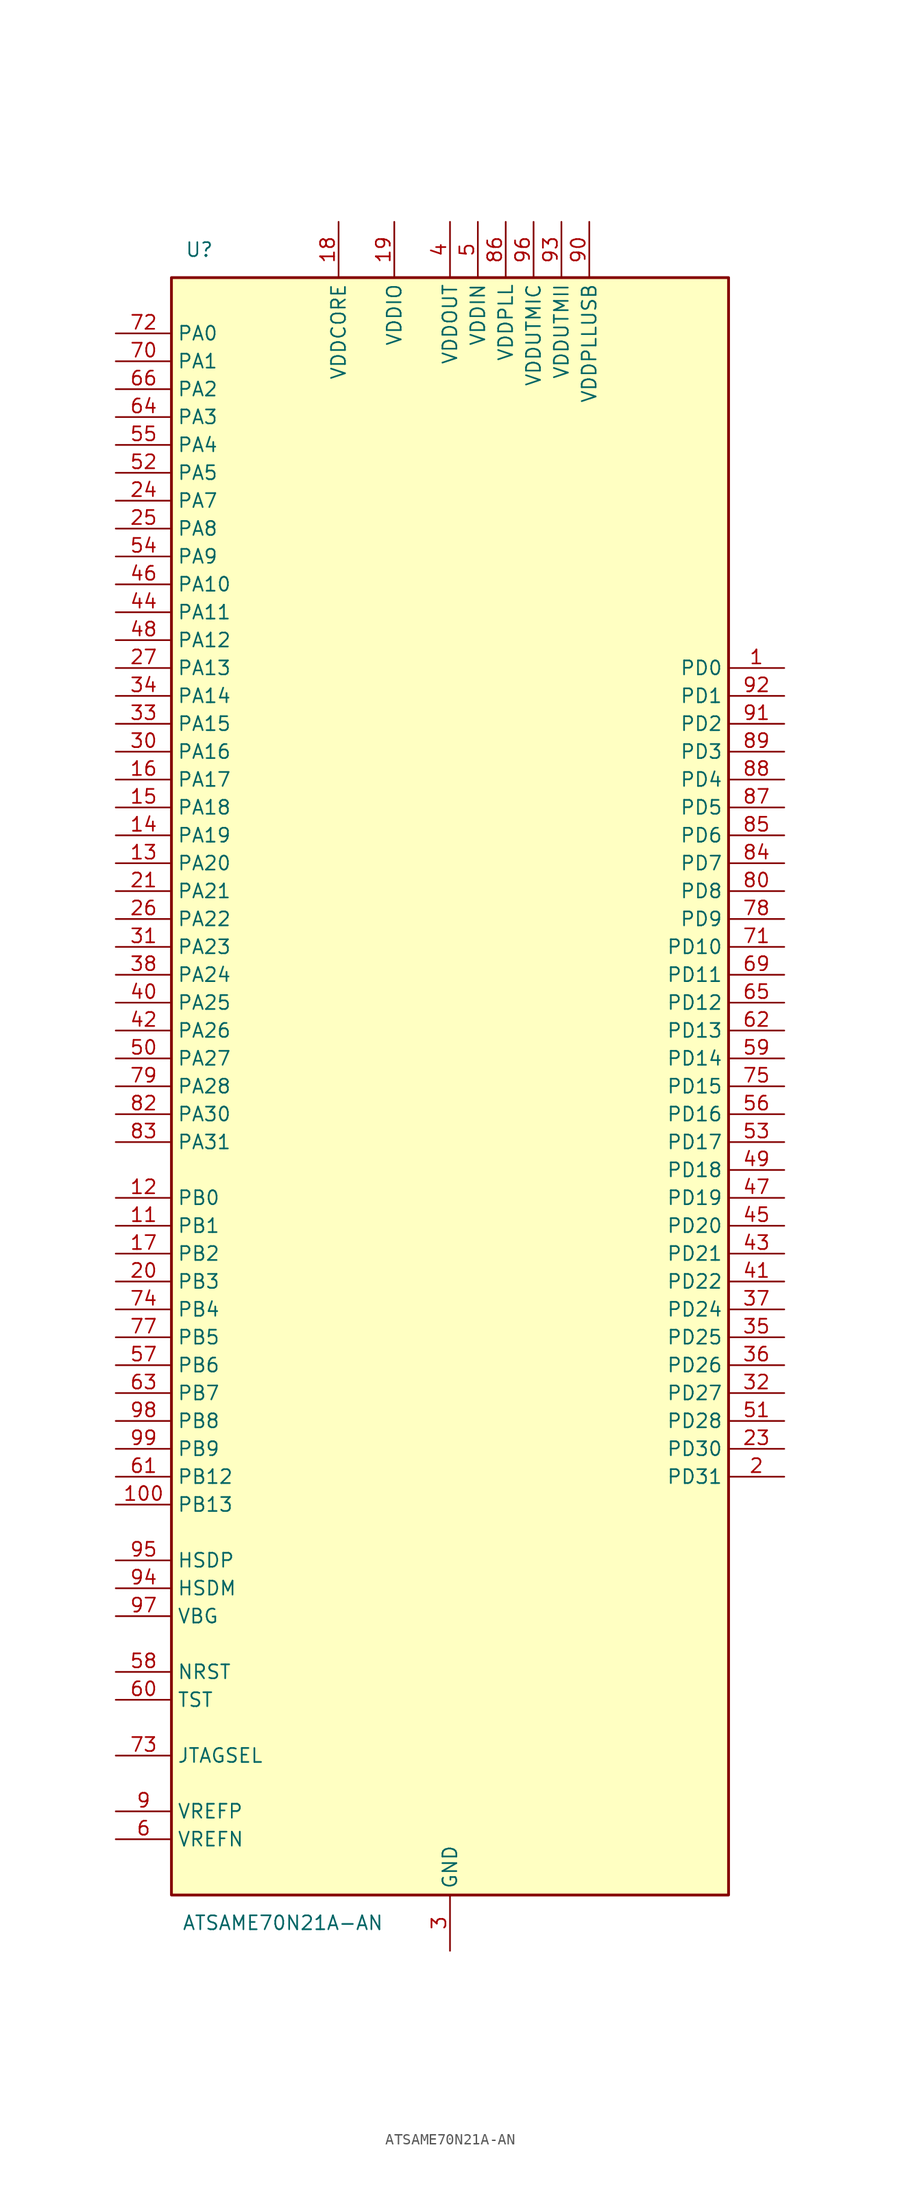
<source format=kicad_sym>
(kicad_symbol_lib
  (version 20201005)
  (generator kicad_symbol_editor)
  (symbol "MCU_Microchip_SAME:ATSAME70N21A-AN"
    (property "Reference" "U"
      (at -22.86 76.2 0)
      (effects (font (size 1.27 1.27))))
    (property "Value" "ATSAME70N21A-AN"
      (at -15.24 -76.2 0)
      (effects (font (size 1.27 1.27))))
    (symbol "ATSAME70N21A-AN_0_1"
      (rectangle (start 25.4 73.66) (end -25.4 -73.66) (stroke (width 0.254)) (fill (type background))))
    (symbol "ATSAME70N21A-AN_1_1"
      (pin bidirectional line (at 30.48 38.1 180) (length 5.08) (name "PD0" (effects (font (size 1.27 1.27)))) (number "1" (effects (font (size 1.27 1.27)))))
      (pin passive line (at 0 -78.74 90) (length 5.08) hide (name "GND" (effects (font (size 1.27 1.27)))) (number "10" (effects (font (size 1.27 1.27)))))
      (pin bidirectional line (at -30.48 -38.1 0) (length 5.08) (name "PB13" (effects (font (size 1.27 1.27)))) (number "100" (effects (font (size 1.27 1.27)))))
      (pin bidirectional line (at -30.48 -12.7 0) (length 5.08) (name "PB1" (effects (font (size 1.27 1.27)))) (number "11" (effects (font (size 1.27 1.27)))))
      (pin bidirectional line (at -30.48 -10.16 0) (length 5.08) (name "PB0" (effects (font (size 1.27 1.27)))) (number "12" (effects (font (size 1.27 1.27)))))
      (pin bidirectional line (at -30.48 20.32 0) (length 5.08) (name "PA20" (effects (font (size 1.27 1.27)))) (number "13" (effects (font (size 1.27 1.27)))))
      (pin bidirectional line (at -30.48 22.86 0) (length 5.08) (name "PA19" (effects (font (size 1.27 1.27)))) (number "14" (effects (font (size 1.27 1.27)))))
      (pin bidirectional line (at -30.48 25.4 0) (length 5.08) (name "PA18" (effects (font (size 1.27 1.27)))) (number "15" (effects (font (size 1.27 1.27)))))
      (pin bidirectional line (at -30.48 27.94 0) (length 5.08) (name "PA17" (effects (font (size 1.27 1.27)))) (number "16" (effects (font (size 1.27 1.27)))))
      (pin bidirectional line (at -30.48 -15.24 0) (length 5.08) (name "PB2" (effects (font (size 1.27 1.27)))) (number "17" (effects (font (size 1.27 1.27)))))
      (pin power_in line (at -10.16 78.74 270) (length 5.08) (name "VDDCORE" (effects (font (size 1.27 1.27)))) (number "18" (effects (font (size 1.27 1.27)))))
      (pin power_in line (at -5.08 78.74 270) (length 5.08) (name "VDDIO" (effects (font (size 1.27 1.27)))) (number "19" (effects (font (size 1.27 1.27)))))
      (pin bidirectional line (at 30.48 -35.56 180) (length 5.08) (name "PD31" (effects (font (size 1.27 1.27)))) (number "2" (effects (font (size 1.27 1.27)))))
      (pin bidirectional line (at -30.48 -17.78 0) (length 5.08) (name "PB3" (effects (font (size 1.27 1.27)))) (number "20" (effects (font (size 1.27 1.27)))))
      (pin bidirectional line (at -30.48 17.78 0) (length 5.08) (name "PA21" (effects (font (size 1.27 1.27)))) (number "21" (effects (font (size 1.27 1.27)))))
      (pin passive line (at -10.16 78.74 270) (length 5.08) hide (name "VDDCORE" (effects (font (size 1.27 1.27)))) (number "22" (effects (font (size 1.27 1.27)))))
      (pin bidirectional line (at 30.48 -33.02 180) (length 5.08) (name "PD30" (effects (font (size 1.27 1.27)))) (number "23" (effects (font (size 1.27 1.27)))))
      (pin bidirectional line (at -30.48 53.34 0) (length 5.08) (name "PA7" (effects (font (size 1.27 1.27)))) (number "24" (effects (font (size 1.27 1.27)))))
      (pin bidirectional line (at -30.48 50.8 0) (length 5.08) (name "PA8" (effects (font (size 1.27 1.27)))) (number "25" (effects (font (size 1.27 1.27)))))
      (pin bidirectional line (at -30.48 15.24 0) (length 5.08) (name "PA22" (effects (font (size 1.27 1.27)))) (number "26" (effects (font (size 1.27 1.27)))))
      (pin bidirectional line (at -30.48 38.1 0) (length 5.08) (name "PA13" (effects (font (size 1.27 1.27)))) (number "27" (effects (font (size 1.27 1.27)))))
      (pin passive line (at -5.08 78.74 270) (length 5.08) hide (name "VDDIO" (effects (font (size 1.27 1.27)))) (number "28" (effects (font (size 1.27 1.27)))))
      (pin passive line (at 0 -78.74 90) (length 5.08) hide (name "GND" (effects (font (size 1.27 1.27)))) (number "29" (effects (font (size 1.27 1.27)))))
      (pin power_in line (at 0 -78.74 90) (length 5.08) (name "GND" (effects (font (size 1.27 1.27)))) (number "3" (effects (font (size 1.27 1.27)))))
      (pin bidirectional line (at -30.48 30.48 0) (length 5.08) (name "PA16" (effects (font (size 1.27 1.27)))) (number "30" (effects (font (size 1.27 1.27)))))
      (pin bidirectional line (at -30.48 12.7 0) (length 5.08) (name "PA23" (effects (font (size 1.27 1.27)))) (number "31" (effects (font (size 1.27 1.27)))))
      (pin bidirectional line (at 30.48 -27.94 180) (length 5.08) (name "PD27" (effects (font (size 1.27 1.27)))) (number "32" (effects (font (size 1.27 1.27)))))
      (pin bidirectional line (at -30.48 33.02 0) (length 5.08) (name "PA15" (effects (font (size 1.27 1.27)))) (number "33" (effects (font (size 1.27 1.27)))))
      (pin bidirectional line (at -30.48 35.56 0) (length 5.08) (name "PA14" (effects (font (size 1.27 1.27)))) (number "34" (effects (font (size 1.27 1.27)))))
      (pin bidirectional line (at 30.48 -22.86 180) (length 5.08) (name "PD25" (effects (font (size 1.27 1.27)))) (number "35" (effects (font (size 1.27 1.27)))))
      (pin bidirectional line (at 30.48 -25.4 180) (length 5.08) (name "PD26" (effects (font (size 1.27 1.27)))) (number "36" (effects (font (size 1.27 1.27)))))
      (pin bidirectional line (at 30.48 -20.32 180) (length 5.08) (name "PD24" (effects (font (size 1.27 1.27)))) (number "37" (effects (font (size 1.27 1.27)))))
      (pin bidirectional line (at -30.48 10.16 0) (length 5.08) (name "PA24" (effects (font (size 1.27 1.27)))) (number "38" (effects (font (size 1.27 1.27)))))
      (pin passive line (at -10.16 78.74 270) (length 5.08) hide (name "VDDCORE" (effects (font (size 1.27 1.27)))) (number "39" (effects (font (size 1.27 1.27)))))
      (pin power_in line (at 0 78.74 270) (length 5.08) (name "VDDOUT" (effects (font (size 1.27 1.27)))) (number "4" (effects (font (size 1.27 1.27)))))
      (pin bidirectional line (at -30.48 7.62 0) (length 5.08) (name "PA25" (effects (font (size 1.27 1.27)))) (number "40" (effects (font (size 1.27 1.27)))))
      (pin bidirectional line (at 30.48 -17.78 180) (length 5.08) (name "PD22" (effects (font (size 1.27 1.27)))) (number "41" (effects (font (size 1.27 1.27)))))
      (pin bidirectional line (at -30.48 5.08 0) (length 5.08) (name "PA26" (effects (font (size 1.27 1.27)))) (number "42" (effects (font (size 1.27 1.27)))))
      (pin bidirectional line (at 30.48 -15.24 180) (length 5.08) (name "PD21" (effects (font (size 1.27 1.27)))) (number "43" (effects (font (size 1.27 1.27)))))
      (pin bidirectional line (at -30.48 43.18 0) (length 5.08) (name "PA11" (effects (font (size 1.27 1.27)))) (number "44" (effects (font (size 1.27 1.27)))))
      (pin bidirectional line (at 30.48 -12.7 180) (length 5.08) (name "PD20" (effects (font (size 1.27 1.27)))) (number "45" (effects (font (size 1.27 1.27)))))
      (pin bidirectional line (at -30.48 45.72 0) (length 5.08) (name "PA10" (effects (font (size 1.27 1.27)))) (number "46" (effects (font (size 1.27 1.27)))))
      (pin bidirectional line (at 30.48 -10.16 180) (length 5.08) (name "PD19" (effects (font (size 1.27 1.27)))) (number "47" (effects (font (size 1.27 1.27)))))
      (pin bidirectional line (at -30.48 40.64 0) (length 5.08) (name "PA12" (effects (font (size 1.27 1.27)))) (number "48" (effects (font (size 1.27 1.27)))))
      (pin bidirectional line (at 30.48 -7.62 180) (length 5.08) (name "PD18" (effects (font (size 1.27 1.27)))) (number "49" (effects (font (size 1.27 1.27)))))
      (pin power_in line (at 2.54 78.74 270) (length 5.08) (name "VDDIN" (effects (font (size 1.27 1.27)))) (number "5" (effects (font (size 1.27 1.27)))))
      (pin bidirectional line (at -30.48 2.54 0) (length 5.08) (name "PA27" (effects (font (size 1.27 1.27)))) (number "50" (effects (font (size 1.27 1.27)))))
      (pin bidirectional line (at 30.48 -30.48 180) (length 5.08) (name "PD28" (effects (font (size 1.27 1.27)))) (number "51" (effects (font (size 1.27 1.27)))))
      (pin bidirectional line (at -30.48 55.88 0) (length 5.08) (name "PA5" (effects (font (size 1.27 1.27)))) (number "52" (effects (font (size 1.27 1.27)))))
      (pin bidirectional line (at 30.48 -5.08 180) (length 5.08) (name "PD17" (effects (font (size 1.27 1.27)))) (number "53" (effects (font (size 1.27 1.27)))))
      (pin bidirectional line (at -30.48 48.26 0) (length 5.08) (name "PA9" (effects (font (size 1.27 1.27)))) (number "54" (effects (font (size 1.27 1.27)))))
      (pin bidirectional line (at -30.48 58.42 0) (length 5.08) (name "PA4" (effects (font (size 1.27 1.27)))) (number "55" (effects (font (size 1.27 1.27)))))
      (pin bidirectional line (at 30.48 -2.54 180) (length 5.08) (name "PD16" (effects (font (size 1.27 1.27)))) (number "56" (effects (font (size 1.27 1.27)))))
      (pin bidirectional line (at -30.48 -25.4 0) (length 5.08) (name "PB6" (effects (font (size 1.27 1.27)))) (number "57" (effects (font (size 1.27 1.27)))))
      (pin bidirectional line (at -30.48 -53.34 0) (length 5.08) (name "NRST" (effects (font (size 1.27 1.27)))) (number "58" (effects (font (size 1.27 1.27)))))
      (pin bidirectional line (at 30.48 2.54 180) (length 5.08) (name "PD14" (effects (font (size 1.27 1.27)))) (number "59" (effects (font (size 1.27 1.27)))))
      (pin input line (at -30.48 -68.58 0) (length 5.08) (name "VREFN" (effects (font (size 1.27 1.27)))) (number "6" (effects (font (size 1.27 1.27)))))
      (pin input line (at -30.48 -55.88 0) (length 5.08) (name "TST" (effects (font (size 1.27 1.27)))) (number "60" (effects (font (size 1.27 1.27)))))
      (pin bidirectional line (at -30.48 -35.56 0) (length 5.08) (name "PB12" (effects (font (size 1.27 1.27)))) (number "61" (effects (font (size 1.27 1.27)))))
      (pin bidirectional line (at 30.48 5.08 180) (length 5.08) (name "PD13" (effects (font (size 1.27 1.27)))) (number "62" (effects (font (size 1.27 1.27)))))
      (pin bidirectional line (at -30.48 -27.94 0) (length 5.08) (name "PB7" (effects (font (size 1.27 1.27)))) (number "63" (effects (font (size 1.27 1.27)))))
      (pin bidirectional line (at -30.48 60.96 0) (length 5.08) (name "PA3" (effects (font (size 1.27 1.27)))) (number "64" (effects (font (size 1.27 1.27)))))
      (pin bidirectional line (at 30.48 7.62 180) (length 5.08) (name "PD12" (effects (font (size 1.27 1.27)))) (number "65" (effects (font (size 1.27 1.27)))))
      (pin bidirectional line (at -30.48 63.5 0) (length 5.08) (name "PA2" (effects (font (size 1.27 1.27)))) (number "66" (effects (font (size 1.27 1.27)))))
      (pin passive line (at 0 -78.74 90) (length 5.08) hide (name "GND" (effects (font (size 1.27 1.27)))) (number "67" (effects (font (size 1.27 1.27)))))
      (pin passive line (at -5.08 78.74 270) (length 5.08) hide (name "VDDIO" (effects (font (size 1.27 1.27)))) (number "68" (effects (font (size 1.27 1.27)))))
      (pin bidirectional line (at 30.48 10.16 180) (length 5.08) (name "PD11" (effects (font (size 1.27 1.27)))) (number "69" (effects (font (size 1.27 1.27)))))
      (pin passive line (at 0 -78.74 90) (length 5.08) hide (name "GND" (effects (font (size 1.27 1.27)))) (number "7" (effects (font (size 1.27 1.27)))))
      (pin bidirectional line (at -30.48 66.04 0) (length 5.08) (name "PA1" (effects (font (size 1.27 1.27)))) (number "70" (effects (font (size 1.27 1.27)))))
      (pin bidirectional line (at 30.48 12.7 180) (length 5.08) (name "PD10" (effects (font (size 1.27 1.27)))) (number "71" (effects (font (size 1.27 1.27)))))
      (pin bidirectional line (at -30.48 68.58 0) (length 5.08) (name "PA0" (effects (font (size 1.27 1.27)))) (number "72" (effects (font (size 1.27 1.27)))))
      (pin input line (at -30.48 -60.96 0) (length 5.08) (name "JTAGSEL" (effects (font (size 1.27 1.27)))) (number "73" (effects (font (size 1.27 1.27)))))
      (pin bidirectional line (at -30.48 -20.32 0) (length 5.08) (name "PB4" (effects (font (size 1.27 1.27)))) (number "74" (effects (font (size 1.27 1.27)))))
      (pin bidirectional line (at 30.48 0 180) (length 5.08) (name "PD15" (effects (font (size 1.27 1.27)))) (number "75" (effects (font (size 1.27 1.27)))))
      (pin passive line (at -10.16 78.74 270) (length 5.08) hide (name "VDDCORE" (effects (font (size 1.27 1.27)))) (number "76" (effects (font (size 1.27 1.27)))))
      (pin bidirectional line (at -30.48 -22.86 0) (length 5.08) (name "PB5" (effects (font (size 1.27 1.27)))) (number "77" (effects (font (size 1.27 1.27)))))
      (pin bidirectional line (at 30.48 15.24 180) (length 5.08) (name "PD9" (effects (font (size 1.27 1.27)))) (number "78" (effects (font (size 1.27 1.27)))))
      (pin bidirectional line (at -30.48 0 0) (length 5.08) (name "PA28" (effects (font (size 1.27 1.27)))) (number "79" (effects (font (size 1.27 1.27)))))
      (pin passive line (at 0 -78.74 90) (length 5.08) hide (name "GND" (effects (font (size 1.27 1.27)))) (number "8" (effects (font (size 1.27 1.27)))))
      (pin bidirectional line (at 30.48 17.78 180) (length 5.08) (name "PD8" (effects (font (size 1.27 1.27)))) (number "80" (effects (font (size 1.27 1.27)))))
      (pin passive line (at -5.08 78.74 270) (length 5.08) hide (name "VDDIO" (effects (font (size 1.27 1.27)))) (number "81" (effects (font (size 1.27 1.27)))))
      (pin bidirectional line (at -30.48 -2.54 0) (length 5.08) (name "PA30" (effects (font (size 1.27 1.27)))) (number "82" (effects (font (size 1.27 1.27)))))
      (pin bidirectional line (at -30.48 -5.08 0) (length 5.08) (name "PA31" (effects (font (size 1.27 1.27)))) (number "83" (effects (font (size 1.27 1.27)))))
      (pin bidirectional line (at 30.48 20.32 180) (length 5.08) (name "PD7" (effects (font (size 1.27 1.27)))) (number "84" (effects (font (size 1.27 1.27)))))
      (pin bidirectional line (at 30.48 22.86 180) (length 5.08) (name "PD6" (effects (font (size 1.27 1.27)))) (number "85" (effects (font (size 1.27 1.27)))))
      (pin power_in line (at 5.08 78.74 270) (length 5.08) (name "VDDPLL" (effects (font (size 1.27 1.27)))) (number "86" (effects (font (size 1.27 1.27)))))
      (pin bidirectional line (at 30.48 25.4 180) (length 5.08) (name "PD5" (effects (font (size 1.27 1.27)))) (number "87" (effects (font (size 1.27 1.27)))))
      (pin bidirectional line (at 30.48 27.94 180) (length 5.08) (name "PD4" (effects (font (size 1.27 1.27)))) (number "88" (effects (font (size 1.27 1.27)))))
      (pin bidirectional line (at 30.48 30.48 180) (length 5.08) (name "PD3" (effects (font (size 1.27 1.27)))) (number "89" (effects (font (size 1.27 1.27)))))
      (pin input line (at -30.48 -66.04 0) (length 5.08) (name "VREFP" (effects (font (size 1.27 1.27)))) (number "9" (effects (font (size 1.27 1.27)))))
      (pin power_in line (at 12.7 78.74 270) (length 5.08) (name "VDDPLLUSB" (effects (font (size 1.27 1.27)))) (number "90" (effects (font (size 1.27 1.27)))))
      (pin bidirectional line (at 30.48 33.02 180) (length 5.08) (name "PD2" (effects (font (size 1.27 1.27)))) (number "91" (effects (font (size 1.27 1.27)))))
      (pin bidirectional line (at 30.48 35.56 180) (length 5.08) (name "PD1" (effects (font (size 1.27 1.27)))) (number "92" (effects (font (size 1.27 1.27)))))
      (pin power_in line (at 10.16 78.74 270) (length 5.08) (name "VDDUTMII" (effects (font (size 1.27 1.27)))) (number "93" (effects (font (size 1.27 1.27)))))
      (pin bidirectional line (at -30.48 -45.72 0) (length 5.08) (name "HSDM" (effects (font (size 1.27 1.27)))) (number "94" (effects (font (size 1.27 1.27)))))
      (pin bidirectional line (at -30.48 -43.18 0) (length 5.08) (name "HSDP" (effects (font (size 1.27 1.27)))) (number "95" (effects (font (size 1.27 1.27)))))
      (pin power_in line (at 7.62 78.74 270) (length 5.08) (name "VDDUTMIC" (effects (font (size 1.27 1.27)))) (number "96" (effects (font (size 1.27 1.27)))))
      (pin input line (at -30.48 -48.26 0) (length 5.08) (name "VBG" (effects (font (size 1.27 1.27)))) (number "97" (effects (font (size 1.27 1.27)))))
      (pin bidirectional line (at -30.48 -30.48 0) (length 5.08) (name "PB8" (effects (font (size 1.27 1.27)))) (number "98" (effects (font (size 1.27 1.27)))))
      (pin bidirectional line (at -30.48 -33.02 0) (length 5.08) (name "PB9" (effects (font (size 1.27 1.27)))) (number "99" (effects (font (size 1.27 1.27))))))))
</source>
